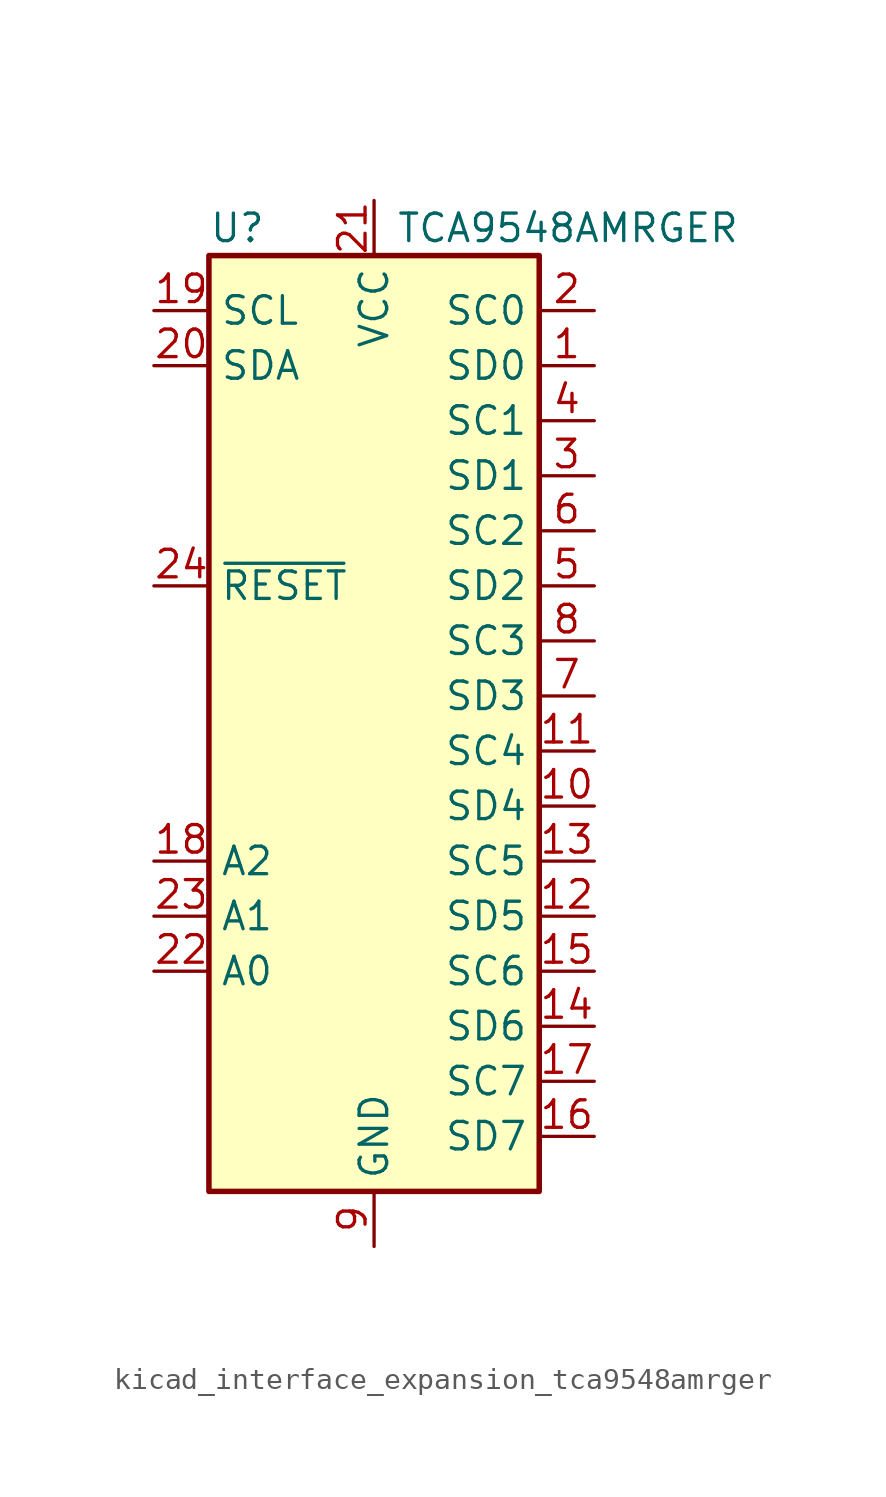
<source format=kicad_sym>
(kicad_symbol_lib
  (version 20220914)
  (generator kicad_symbol_editor)
  (symbol "kicad_interface_expansion_tca9548amrger"
    (property "Reference" "U"
      (at -7.62 21.59 0)
      (effects (font (size 1.27 1.27)) (justify left)))
    (property "Value" "TCA9548AMRGER"
      (at 1.016 21.59 0)
      (effects (font (size 1.27 1.27)) (justify left)))
    (symbol "kicad_interface_expansion_tca9548amrger_0_1"
      (rectangle (start -7.62 20.32) (end 7.62 -22.86) (stroke (width 0.254) (type default)) (fill (type background))))
    (symbol "kicad_interface_expansion_tca9548amrger_1_1"
      (pin bidirectional line (at 10.16 15.24 180) (length 2.54) (name "SD0" (effects (font (size 1.27 1.27)))) (number "1" (effects (font (size 1.27 1.27)))))
      (pin bidirectional line (at 10.16 -5.08 180) (length 2.54) (name "SD4" (effects (font (size 1.27 1.27)))) (number "10" (effects (font (size 1.27 1.27)))))
      (pin output line (at 10.16 -2.54 180) (length 2.54) (name "SC4" (effects (font (size 1.27 1.27)))) (number "11" (effects (font (size 1.27 1.27)))))
      (pin bidirectional line (at 10.16 -10.16 180) (length 2.54) (name "SD5" (effects (font (size 1.27 1.27)))) (number "12" (effects (font (size 1.27 1.27)))))
      (pin output line (at 10.16 -7.62 180) (length 2.54) (name "SC5" (effects (font (size 1.27 1.27)))) (number "13" (effects (font (size 1.27 1.27)))))
      (pin bidirectional line (at 10.16 -15.24 180) (length 2.54) (name "SD6" (effects (font (size 1.27 1.27)))) (number "14" (effects (font (size 1.27 1.27)))))
      (pin output line (at 10.16 -12.7 180) (length 2.54) (name "SC6" (effects (font (size 1.27 1.27)))) (number "15" (effects (font (size 1.27 1.27)))))
      (pin bidirectional line (at 10.16 -20.32 180) (length 2.54) (name "SD7" (effects (font (size 1.27 1.27)))) (number "16" (effects (font (size 1.27 1.27)))))
      (pin output line (at 10.16 -17.78 180) (length 2.54) (name "SC7" (effects (font (size 1.27 1.27)))) (number "17" (effects (font (size 1.27 1.27)))))
      (pin input line (at -10.16 -7.62 0) (length 2.54) (name "A2" (effects (font (size 1.27 1.27)))) (number "18" (effects (font (size 1.27 1.27)))))
      (pin input line (at -10.16 17.78 0) (length 2.54) (name "SCL" (effects (font (size 1.27 1.27)))) (number "19" (effects (font (size 1.27 1.27)))))
      (pin output line (at 10.16 17.78 180) (length 2.54) (name "SC0" (effects (font (size 1.27 1.27)))) (number "2" (effects (font (size 1.27 1.27)))))
      (pin bidirectional line (at -10.16 15.24 0) (length 2.54) (name "SDA" (effects (font (size 1.27 1.27)))) (number "20" (effects (font (size 1.27 1.27)))))
      (pin power_in line (at 0 22.86 270) (length 2.54) (name "VCC" (effects (font (size 1.27 1.27)))) (number "21" (effects (font (size 1.27 1.27)))))
      (pin input line (at -10.16 -12.7 0) (length 2.54) (name "A0" (effects (font (size 1.27 1.27)))) (number "22" (effects (font (size 1.27 1.27)))))
      (pin input line (at -10.16 -10.16 0) (length 2.54) (name "A1" (effects (font (size 1.27 1.27)))) (number "23" (effects (font (size 1.27 1.27)))))
      (pin input line (at -10.16 5.08 0) (length 2.54) (name "~{RESET}" (effects (font (size 1.27 1.27)))) (number "24" (effects (font (size 1.27 1.27)))))
      (pin no_connect line (at -7.62 -15.24 0) (length 2.54) hide (name "1EP" (effects (font (size 1.27 1.27)))) (number "25" (effects (font (size 1.27 1.27)))))
      (pin bidirectional line (at 10.16 10.16 180) (length 2.54) (name "SD1" (effects (font (size 1.27 1.27)))) (number "3" (effects (font (size 1.27 1.27)))))
      (pin output line (at 10.16 12.7 180) (length 2.54) (name "SC1" (effects (font (size 1.27 1.27)))) (number "4" (effects (font (size 1.27 1.27)))))
      (pin bidirectional line (at 10.16 5.08 180) (length 2.54) (name "SD2" (effects (font (size 1.27 1.27)))) (number "5" (effects (font (size 1.27 1.27)))))
      (pin output line (at 10.16 7.62 180) (length 2.54) (name "SC2" (effects (font (size 1.27 1.27)))) (number "6" (effects (font (size 1.27 1.27)))))
      (pin bidirectional line (at 10.16 0 180) (length 2.54) (name "SD3" (effects (font (size 1.27 1.27)))) (number "7" (effects (font (size 1.27 1.27)))))
      (pin output line (at 10.16 2.54 180) (length 2.54) (name "SC3" (effects (font (size 1.27 1.27)))) (number "8" (effects (font (size 1.27 1.27)))))
      (pin power_in line (at 0 -25.4 90) (length 2.54) (name "GND" (effects (font (size 1.27 1.27)))) (number "9" (effects (font (size 1.27 1.27))))))))
</source>
